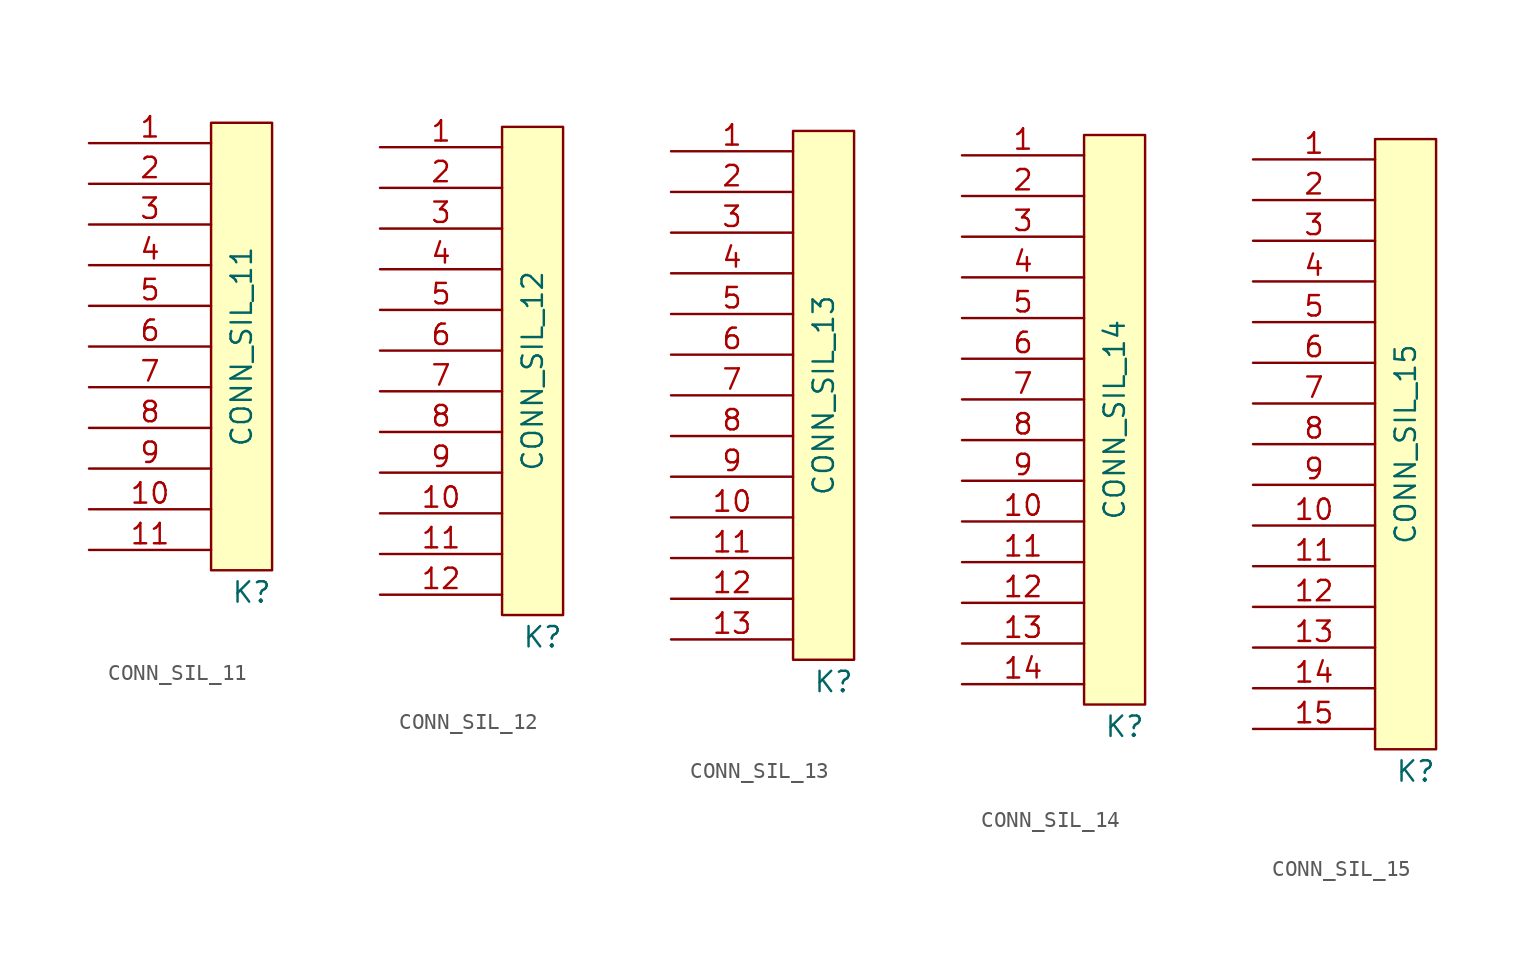
<source format=kicad_sym>
(kicad_symbol_lib
  (version 20211014)
  (generator kicad_symbol_editor)
  (symbol "CONN_SIL_11"
    (pin_names
      (offset 1.016) hide)
    (property "Reference" "K"
      (at 3.81 -22.225 0)
      (effects (font (size 1.27 1.27)) (justify right top)))
    (property "Value" "CONN_SIL_11"
      (at 1.905 -7.62 90)
      (effects (font (size 1.27 1.27))))
    (symbol "CONN_SIL_11_0_1"
      (rectangle (start 0 6.35) (end 3.81 -21.59) (stroke (width 0) (type default) (color 0 0 0 0)) (fill (type background))))
    (symbol "CONN_SIL_11_1_1"
      (pin passive line (at -7.62 5.08 0) (length 7.62) (name "~" (effects (font (size 1.27 1.27)))) (number "1" (effects (font (size 1.27 1.27)))))
      (pin passive line (at -7.62 -17.78 0) (length 7.62) (name "~" (effects (font (size 1.27 1.27)))) (number "10" (effects (font (size 1.27 1.27)))))
      (pin passive line (at -7.62 -20.32 0) (length 7.62) (name "~" (effects (font (size 1.27 1.27)))) (number "11" (effects (font (size 1.27 1.27)))))
      (pin passive line (at -7.62 2.54 0) (length 7.62) (name "~" (effects (font (size 1.27 1.27)))) (number "2" (effects (font (size 1.27 1.27)))))
      (pin passive line (at -7.62 0 0) (length 7.62) (name "~" (effects (font (size 1.27 1.27)))) (number "3" (effects (font (size 1.27 1.27)))))
      (pin passive line (at -7.62 -2.54 0) (length 7.62) (name "~" (effects (font (size 1.27 1.27)))) (number "4" (effects (font (size 1.27 1.27)))))
      (pin passive line (at -7.62 -5.08 0) (length 7.62) (name "~" (effects (font (size 1.27 1.27)))) (number "5" (effects (font (size 1.27 1.27)))))
      (pin passive line (at -7.62 -7.62 0) (length 7.62) (name "~" (effects (font (size 1.27 1.27)))) (number "6" (effects (font (size 1.27 1.27)))))
      (pin passive line (at -7.62 -10.16 0) (length 7.62) (name "~" (effects (font (size 1.27 1.27)))) (number "7" (effects (font (size 1.27 1.27)))))
      (pin passive line (at -7.62 -12.7 0) (length 7.62) (name "~" (effects (font (size 1.27 1.27)))) (number "8" (effects (font (size 1.27 1.27)))))
      (pin passive line (at -7.62 -15.24 0) (length 7.62) (name "~" (effects (font (size 1.27 1.27)))) (number "9" (effects (font (size 1.27 1.27)))))))
  (symbol "CONN_SIL_12"
    (pin_names
      (offset 1.016) hide)
    (property "Reference" "K"
      (at 3.81 -24.765 0)
      (effects (font (size 1.27 1.27)) (justify right top)))
    (property "Value" "CONN_SIL_12"
      (at 1.905 -8.89 90)
      (effects (font (size 1.27 1.27))))
    (symbol "CONN_SIL_12_0_1"
      (rectangle (start 0 6.35) (end 3.81 -24.13) (stroke (width 0) (type default) (color 0 0 0 0)) (fill (type background))))
    (symbol "CONN_SIL_12_1_1"
      (pin passive line (at -7.62 5.08 0) (length 7.62) (name "~" (effects (font (size 1.27 1.27)))) (number "1" (effects (font (size 1.27 1.27)))))
      (pin passive line (at -7.62 -17.78 0) (length 7.62) (name "~" (effects (font (size 1.27 1.27)))) (number "10" (effects (font (size 1.27 1.27)))))
      (pin passive line (at -7.62 -20.32 0) (length 7.62) (name "~" (effects (font (size 1.27 1.27)))) (number "11" (effects (font (size 1.27 1.27)))))
      (pin passive line (at -7.62 -22.86 0) (length 7.62) (name "~" (effects (font (size 1.27 1.27)))) (number "12" (effects (font (size 1.27 1.27)))))
      (pin passive line (at -7.62 2.54 0) (length 7.62) (name "~" (effects (font (size 1.27 1.27)))) (number "2" (effects (font (size 1.27 1.27)))))
      (pin passive line (at -7.62 0 0) (length 7.62) (name "~" (effects (font (size 1.27 1.27)))) (number "3" (effects (font (size 1.27 1.27)))))
      (pin passive line (at -7.62 -2.54 0) (length 7.62) (name "~" (effects (font (size 1.27 1.27)))) (number "4" (effects (font (size 1.27 1.27)))))
      (pin passive line (at -7.62 -5.08 0) (length 7.62) (name "~" (effects (font (size 1.27 1.27)))) (number "5" (effects (font (size 1.27 1.27)))))
      (pin passive line (at -7.62 -7.62 0) (length 7.62) (name "~" (effects (font (size 1.27 1.27)))) (number "6" (effects (font (size 1.27 1.27)))))
      (pin passive line (at -7.62 -10.16 0) (length 7.62) (name "~" (effects (font (size 1.27 1.27)))) (number "7" (effects (font (size 1.27 1.27)))))
      (pin passive line (at -7.62 -12.7 0) (length 7.62) (name "~" (effects (font (size 1.27 1.27)))) (number "8" (effects (font (size 1.27 1.27)))))
      (pin passive line (at -7.62 -15.24 0) (length 7.62) (name "~" (effects (font (size 1.27 1.27)))) (number "9" (effects (font (size 1.27 1.27)))))))
  (symbol "CONN_SIL_13"
    (pin_names
      (offset 1.016) hide)
    (property "Reference" "K"
      (at 3.81 -27.305 0)
      (effects (font (size 1.27 1.27)) (justify right top)))
    (property "Value" "CONN_SIL_13"
      (at 1.905 -10.16 90)
      (effects (font (size 1.27 1.27))))
    (symbol "CONN_SIL_13_0_1"
      (rectangle (start 0 6.35) (end 3.81 -26.67) (stroke (width 0) (type default) (color 0 0 0 0)) (fill (type background))))
    (symbol "CONN_SIL_13_1_1"
      (pin passive line (at -7.62 5.08 0) (length 7.62) (name "~" (effects (font (size 1.27 1.27)))) (number "1" (effects (font (size 1.27 1.27)))))
      (pin passive line (at -7.62 -17.78 0) (length 7.62) (name "~" (effects (font (size 1.27 1.27)))) (number "10" (effects (font (size 1.27 1.27)))))
      (pin passive line (at -7.62 -20.32 0) (length 7.62) (name "~" (effects (font (size 1.27 1.27)))) (number "11" (effects (font (size 1.27 1.27)))))
      (pin passive line (at -7.62 -22.86 0) (length 7.62) (name "~" (effects (font (size 1.27 1.27)))) (number "12" (effects (font (size 1.27 1.27)))))
      (pin passive line (at -7.62 -25.4 0) (length 7.62) (name "~" (effects (font (size 1.27 1.27)))) (number "13" (effects (font (size 1.27 1.27)))))
      (pin passive line (at -7.62 2.54 0) (length 7.62) (name "~" (effects (font (size 1.27 1.27)))) (number "2" (effects (font (size 1.27 1.27)))))
      (pin passive line (at -7.62 0 0) (length 7.62) (name "~" (effects (font (size 1.27 1.27)))) (number "3" (effects (font (size 1.27 1.27)))))
      (pin passive line (at -7.62 -2.54 0) (length 7.62) (name "~" (effects (font (size 1.27 1.27)))) (number "4" (effects (font (size 1.27 1.27)))))
      (pin passive line (at -7.62 -5.08 0) (length 7.62) (name "~" (effects (font (size 1.27 1.27)))) (number "5" (effects (font (size 1.27 1.27)))))
      (pin passive line (at -7.62 -7.62 0) (length 7.62) (name "~" (effects (font (size 1.27 1.27)))) (number "6" (effects (font (size 1.27 1.27)))))
      (pin passive line (at -7.62 -10.16 0) (length 7.62) (name "~" (effects (font (size 1.27 1.27)))) (number "7" (effects (font (size 1.27 1.27)))))
      (pin passive line (at -7.62 -12.7 0) (length 7.62) (name "~" (effects (font (size 1.27 1.27)))) (number "8" (effects (font (size 1.27 1.27)))))
      (pin passive line (at -7.62 -15.24 0) (length 7.62) (name "~" (effects (font (size 1.27 1.27)))) (number "9" (effects (font (size 1.27 1.27)))))))
  (symbol "CONN_SIL_14"
    (pin_names
      (offset 1.016) hide)
    (property "Reference" "K"
      (at 3.81 -29.845 0)
      (effects (font (size 1.27 1.27)) (justify right top)))
    (property "Value" "CONN_SIL_14"
      (at 1.905 -11.43 90)
      (effects (font (size 1.27 1.27))))
    (symbol "CONN_SIL_14_0_1"
      (rectangle (start 0 6.35) (end 3.81 -29.21) (stroke (width 0) (type default) (color 0 0 0 0)) (fill (type background))))
    (symbol "CONN_SIL_14_1_1"
      (pin passive line (at -7.62 5.08 0) (length 7.62) (name "~" (effects (font (size 1.27 1.27)))) (number "1" (effects (font (size 1.27 1.27)))))
      (pin passive line (at -7.62 -17.78 0) (length 7.62) (name "~" (effects (font (size 1.27 1.27)))) (number "10" (effects (font (size 1.27 1.27)))))
      (pin passive line (at -7.62 -20.32 0) (length 7.62) (name "~" (effects (font (size 1.27 1.27)))) (number "11" (effects (font (size 1.27 1.27)))))
      (pin passive line (at -7.62 -22.86 0) (length 7.62) (name "~" (effects (font (size 1.27 1.27)))) (number "12" (effects (font (size 1.27 1.27)))))
      (pin passive line (at -7.62 -25.4 0) (length 7.62) (name "~" (effects (font (size 1.27 1.27)))) (number "13" (effects (font (size 1.27 1.27)))))
      (pin passive line (at -7.62 -27.94 0) (length 7.62) (name "~" (effects (font (size 1.27 1.27)))) (number "14" (effects (font (size 1.27 1.27)))))
      (pin passive line (at -7.62 2.54 0) (length 7.62) (name "~" (effects (font (size 1.27 1.27)))) (number "2" (effects (font (size 1.27 1.27)))))
      (pin passive line (at -7.62 0 0) (length 7.62) (name "~" (effects (font (size 1.27 1.27)))) (number "3" (effects (font (size 1.27 1.27)))))
      (pin passive line (at -7.62 -2.54 0) (length 7.62) (name "~" (effects (font (size 1.27 1.27)))) (number "4" (effects (font (size 1.27 1.27)))))
      (pin passive line (at -7.62 -5.08 0) (length 7.62) (name "~" (effects (font (size 1.27 1.27)))) (number "5" (effects (font (size 1.27 1.27)))))
      (pin passive line (at -7.62 -7.62 0) (length 7.62) (name "~" (effects (font (size 1.27 1.27)))) (number "6" (effects (font (size 1.27 1.27)))))
      (pin passive line (at -7.62 -10.16 0) (length 7.62) (name "~" (effects (font (size 1.27 1.27)))) (number "7" (effects (font (size 1.27 1.27)))))
      (pin passive line (at -7.62 -12.7 0) (length 7.62) (name "~" (effects (font (size 1.27 1.27)))) (number "8" (effects (font (size 1.27 1.27)))))
      (pin passive line (at -7.62 -15.24 0) (length 7.62) (name "~" (effects (font (size 1.27 1.27)))) (number "9" (effects (font (size 1.27 1.27)))))))
  (symbol "CONN_SIL_15"
    (pin_names
      (offset 1.016) hide)
    (property "Reference" "K"
      (at 3.81 -29.845 0)
      (effects (font (size 1.27 1.27)) (justify right top)))
    (property "Value" "CONN_SIL_15"
      (at 1.905 -10.16 90)
      (effects (font (size 1.27 1.27))))
    (symbol "CONN_SIL_15_0_1"
      (rectangle (start 0 8.89) (end 3.81 -29.21) (stroke (width 0) (type default) (color 0 0 0 0)) (fill (type background))))
    (symbol "CONN_SIL_15_1_1"
      (pin passive line (at -7.62 7.62 0) (length 7.62) (name "~" (effects (font (size 1.27 1.27)))) (number "1" (effects (font (size 1.27 1.27)))))
      (pin passive line (at -7.62 -15.24 0) (length 7.62) (name "~" (effects (font (size 1.27 1.27)))) (number "10" (effects (font (size 1.27 1.27)))))
      (pin passive line (at -7.62 -17.78 0) (length 7.62) (name "~" (effects (font (size 1.27 1.27)))) (number "11" (effects (font (size 1.27 1.27)))))
      (pin passive line (at -7.62 -20.32 0) (length 7.62) (name "~" (effects (font (size 1.27 1.27)))) (number "12" (effects (font (size 1.27 1.27)))))
      (pin passive line (at -7.62 -22.86 0) (length 7.62) (name "~" (effects (font (size 1.27 1.27)))) (number "13" (effects (font (size 1.27 1.27)))))
      (pin passive line (at -7.62 -25.4 0) (length 7.62) (name "~" (effects (font (size 1.27 1.27)))) (number "14" (effects (font (size 1.27 1.27)))))
      (pin passive line (at -7.62 -27.94 0) (length 7.62) (name "~" (effects (font (size 1.27 1.27)))) (number "15" (effects (font (size 1.27 1.27)))))
      (pin passive line (at -7.62 5.08 0) (length 7.62) (name "~" (effects (font (size 1.27 1.27)))) (number "2" (effects (font (size 1.27 1.27)))))
      (pin passive line (at -7.62 2.54 0) (length 7.62) (name "~" (effects (font (size 1.27 1.27)))) (number "3" (effects (font (size 1.27 1.27)))))
      (pin passive line (at -7.62 0 0) (length 7.62) (name "~" (effects (font (size 1.27 1.27)))) (number "4" (effects (font (size 1.27 1.27)))))
      (pin passive line (at -7.62 -2.54 0) (length 7.62) (name "~" (effects (font (size 1.27 1.27)))) (number "5" (effects (font (size 1.27 1.27)))))
      (pin passive line (at -7.62 -5.08 0) (length 7.62) (name "~" (effects (font (size 1.27 1.27)))) (number "6" (effects (font (size 1.27 1.27)))))
      (pin passive line (at -7.62 -7.62 0) (length 7.62) (name "~" (effects (font (size 1.27 1.27)))) (number "7" (effects (font (size 1.27 1.27)))))
      (pin passive line (at -7.62 -10.16 0) (length 7.62) (name "~" (effects (font (size 1.27 1.27)))) (number "8" (effects (font (size 1.27 1.27)))))
      (pin passive line (at -7.62 -12.7 0) (length 7.62) (name "~" (effects (font (size 1.27 1.27)))) (number "9" (effects (font (size 1.27 1.27))))))))
</source>
